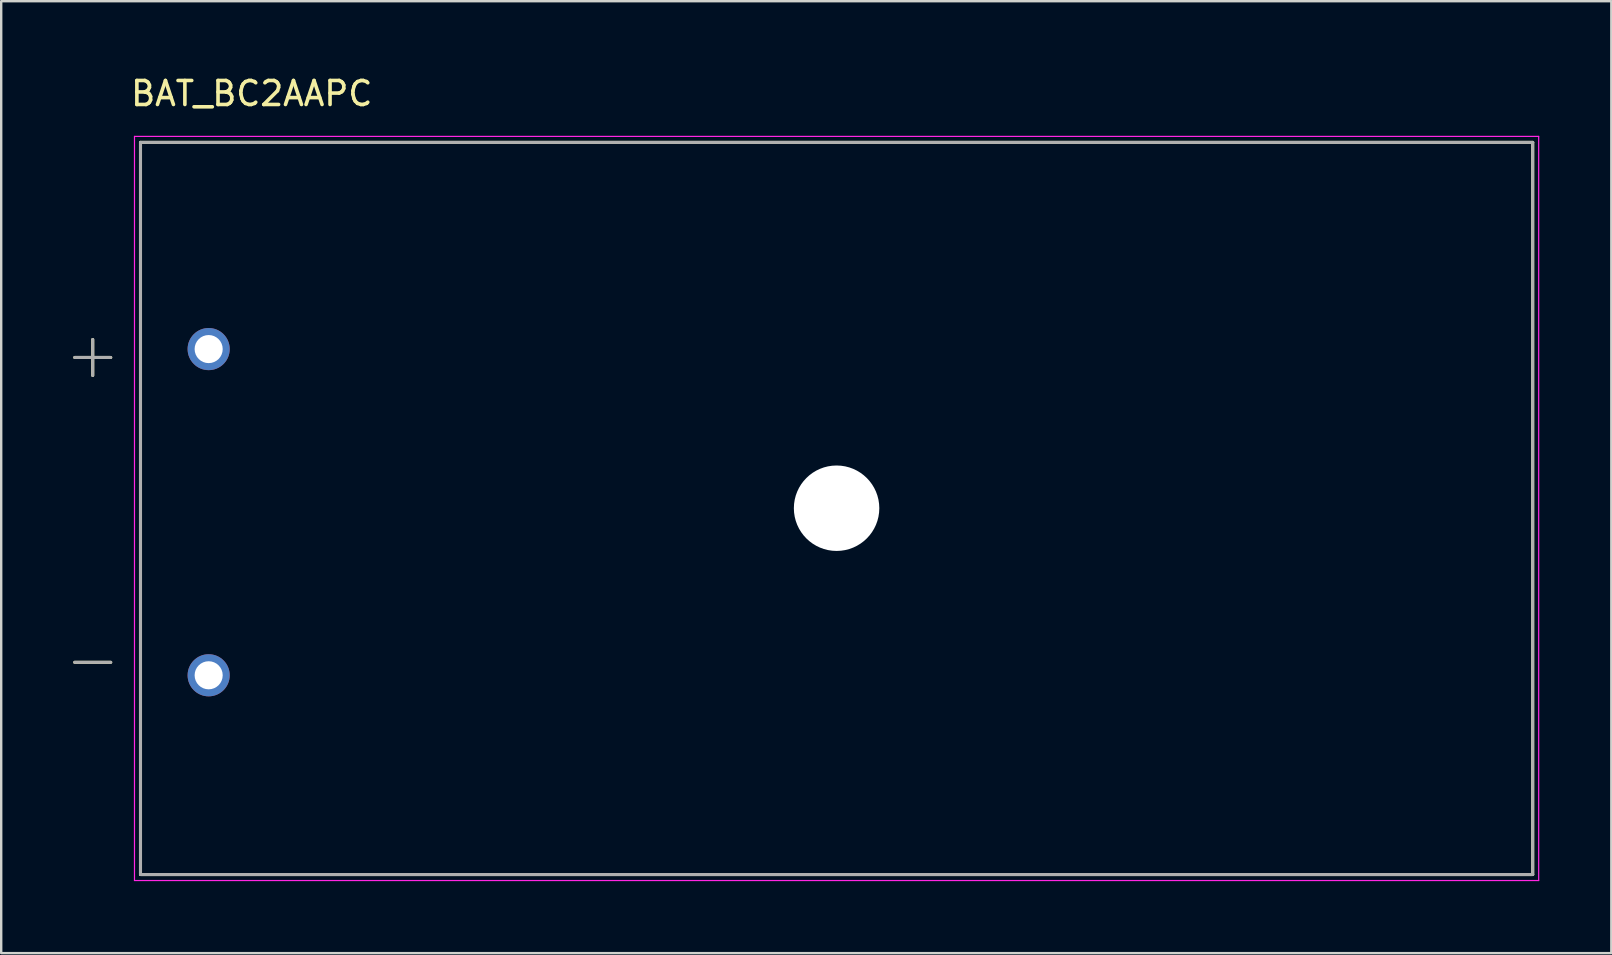
<source format=kicad_pcb>
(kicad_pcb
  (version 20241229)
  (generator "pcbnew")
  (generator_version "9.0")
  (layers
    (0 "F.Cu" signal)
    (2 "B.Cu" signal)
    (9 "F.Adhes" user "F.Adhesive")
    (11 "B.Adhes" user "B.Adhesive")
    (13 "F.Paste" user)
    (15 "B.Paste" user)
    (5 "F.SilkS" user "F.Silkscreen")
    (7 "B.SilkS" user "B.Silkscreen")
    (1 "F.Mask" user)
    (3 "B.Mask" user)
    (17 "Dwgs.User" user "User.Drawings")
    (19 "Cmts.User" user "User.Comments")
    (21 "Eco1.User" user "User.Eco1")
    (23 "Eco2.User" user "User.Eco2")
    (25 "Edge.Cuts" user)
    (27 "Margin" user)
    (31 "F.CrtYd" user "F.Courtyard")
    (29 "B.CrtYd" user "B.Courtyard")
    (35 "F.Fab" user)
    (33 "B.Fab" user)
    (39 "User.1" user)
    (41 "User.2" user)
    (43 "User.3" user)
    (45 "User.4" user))
  (footprint "BAT_BC2AAPC"
    (layer "F.Cu")
    (at 31.803 18.133)
    (property "Reference" "BAT_BC2AAPC" (at -24.365 -17.285 0) (layer "F.SilkS") (effects (font (size 1 1) (thickness 0.15))))
    (attr through_hole)
    (fp_line (start -31.74 -6.29) (end -30.24 -6.29) (stroke (width 0.127) (type solid)) (layer "F.SilkS"))
    (fp_line (start -31.74 6.41) (end -30.24 6.41) (stroke (width 0.127) (type solid)) (layer "F.SilkS"))
    (fp_line (start -30.99 -5.54) (end -30.99 -7.04) (stroke (width 0.127) (type solid)) (layer "F.SilkS"))
    (fp_line (start -29 -15.25) (end 29 -15.25) (stroke (width 0.127) (type solid)) (layer "F.SilkS"))
    (fp_line (start -29 15.25) (end -29 -15.25) (stroke (width 0.127) (type solid)) (layer "F.SilkS"))
    (fp_line (start 29 -15.25) (end 29 15.25) (stroke (width 0.127) (type solid)) (layer "F.SilkS"))
    (fp_line (start 29 15.25) (end -29 15.25) (stroke (width 0.127) (type solid)) (layer "F.SilkS"))
    (fp_line (start -29.25 -15.5) (end -29.25 15.5) (stroke (width 0.05) (type solid)) (layer "F.CrtYd"))
    (fp_line (start -29.25 15.5) (end 29.25 15.5) (stroke (width 0.05) (type solid)) (layer "F.CrtYd"))
    (fp_line (start 29.25 -15.5) (end -29.25 -15.5) (stroke (width 0.05) (type solid)) (layer "F.CrtYd"))
    (fp_line (start 29.25 15.5) (end 29.25 -15.5) (stroke (width 0.05) (type solid)) (layer "F.CrtYd"))
    (fp_line (start -31.74 -6.29) (end -30.24 -6.29) (stroke (width 0.127) (type solid)) (layer "F.Fab"))
    (fp_line (start -31.74 6.41) (end -30.24 6.41) (stroke (width 0.127) (type solid)) (layer "F.Fab"))
    (fp_line (start -30.99 -5.54) (end -30.99 -7.04) (stroke (width 0.127) (type solid)) (layer "F.Fab"))
    (fp_line (start -29 -15.25) (end 29 -15.25) (stroke (width 0.127) (type solid)) (layer "F.Fab"))
    (fp_line (start -29 15.25) (end -29 -15.25) (stroke (width 0.127) (type solid)) (layer "F.Fab"))
    (fp_line (start 29 -15.25) (end 29 15.25) (stroke (width 0.127) (type solid)) (layer "F.Fab"))
    (fp_line (start 29 15.25) (end -29 15.25) (stroke (width 0.127) (type solid)) (layer "F.Fab"))
    (pad "" np_thru_hole circle (at 0 -0.01) (size 3.56 3.56) (drill 3.56) (layers "*.Cu" "*.Mask"))
    (pad "+" thru_hole circle (at -26.16 -6.64) (size 1.755 1.755) (drill 1.17) (layers "*.Cu" "*.Mask"))
    (pad "-" thru_hole circle (at -26.16 6.95) (size 1.755 1.755) (drill 1.17) (layers "*.Cu" "*.Mask")))
  (gr_rect
    (start -3 -3)
    (end 64.079 36.658)
    (stroke (width 0.1) (type default))
    (fill no)
    (layer "Edge.Cuts")))
</source>
